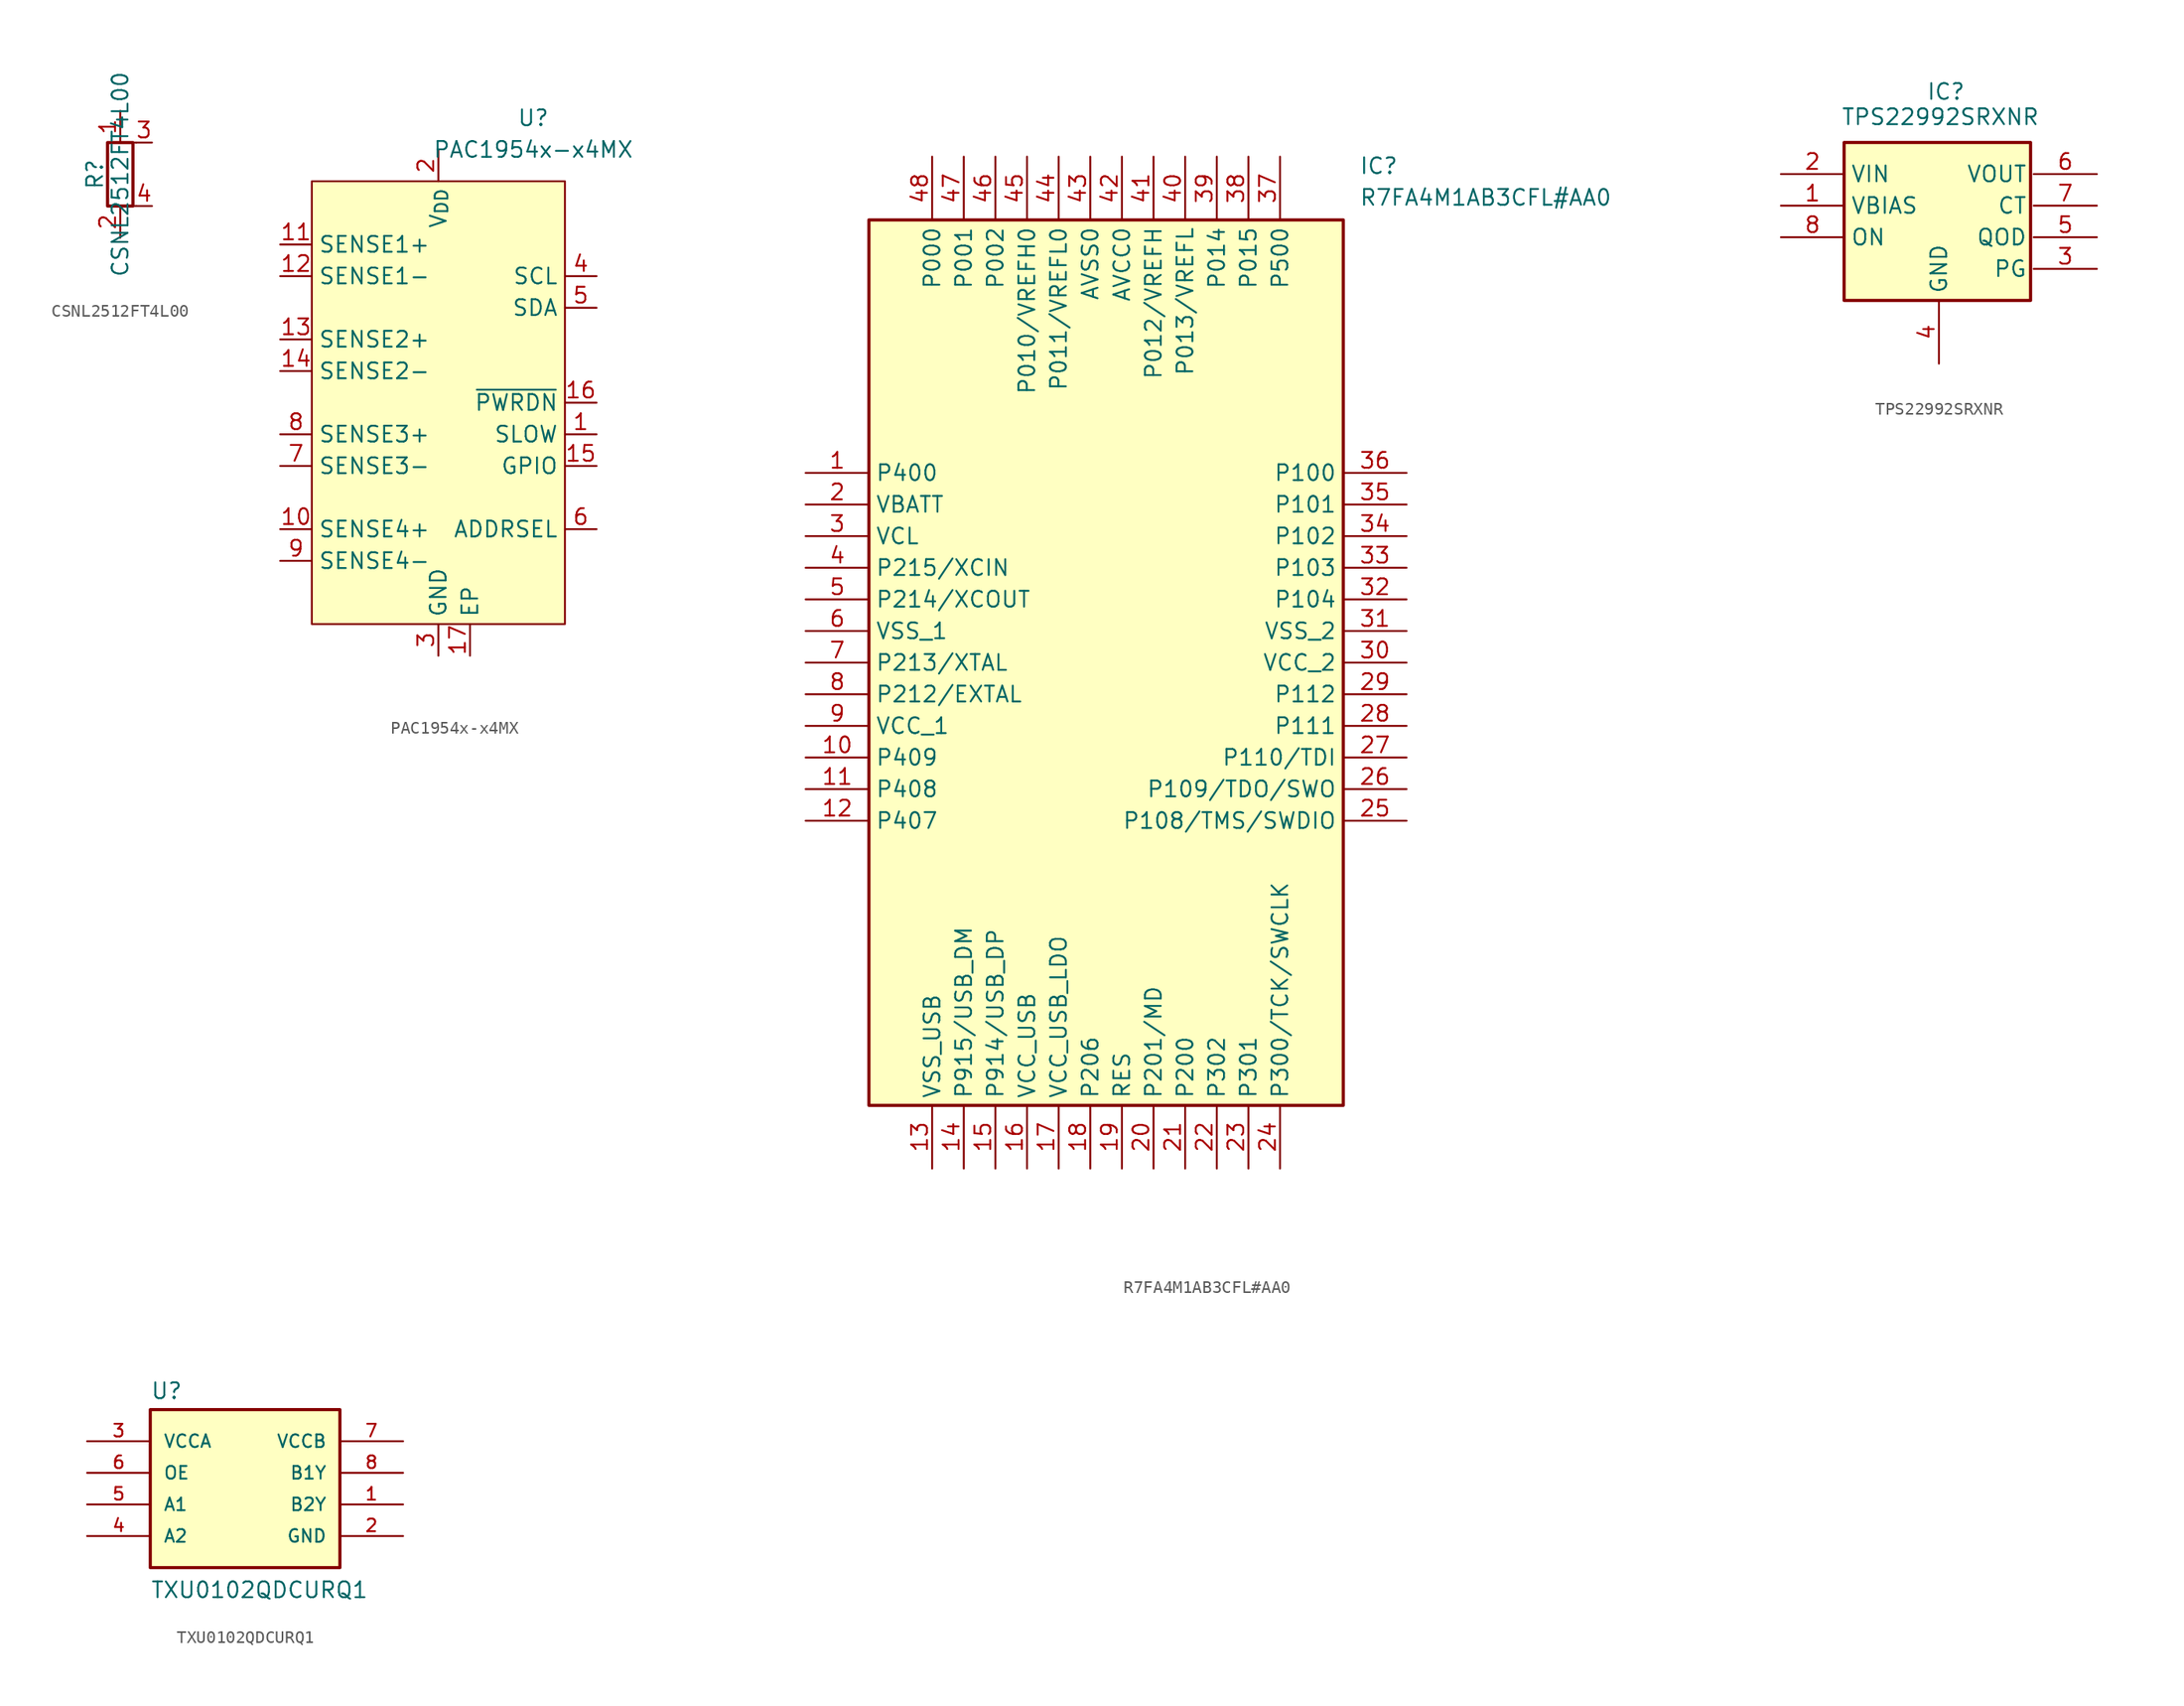
<source format=kicad_sym>
(kicad_symbol_lib
  (version 20241209)
  (generator "kicad_symbol_editor")
  (generator_version "9.0")
  (symbol "CSNL2512FT4L00"
    (pin_names
      (offset 0)
      (hide yes))
    (property "Reference" "R"
      (at -2.032 0 90)
      (effects (font (size 1.27 1.27))))
    (property "Value" "CSNL2512FT4L00"
      (at 0 0 90)
      (effects (font (size 1.27 1.27))))
    (symbol "CSNL2512FT4L00_0_1"
      (rectangle (start -1.016 -2.54) (end 1.016 2.54) (stroke (width 0.254) (type default)) (fill (type none)))
      (polyline (pts (xy 0 -2.54) (xy 1.27 -2.54)) (stroke (width 0) (type default)) (fill (type none)))
      (polyline (pts (xy 1.27 2.54) (xy 0 2.54)) (stroke (width 0) (type default)) (fill (type none))))
    (symbol "CSNL2512FT4L00_1_1"
      (pin passive line (at 0 5.08 270) (length 2.54) (name "~" (effects (font (size 1.27 1.27)))) (number "1" (effects (font (size 1.27 1.27)))))
      (pin passive line (at 0 -5.08 90) (length 2.54) (name "~" (effects (font (size 1.27 1.27)))) (number "2" (effects (font (size 1.27 1.27)))))
      (pin passive line (at 2.54 2.54 180) (length 1.27) (name "~" (effects (font (size 1.27 1.27)))) (number "3" (effects (font (size 1.27 1.27)))))
      (pin passive line (at 2.54 -2.54 180) (length 1.27) (name "~" (effects (font (size 1.27 1.27)))) (number "4" (effects (font (size 1.27 1.27)))))))
  (symbol "PAC1954x-x4MX"
    (property "Reference" "U"
      (at 7.62 22.86 0)
      (effects (font (size 1.27 1.27))))
    (property "Value" "PAC1954x-x4MX"
      (at 7.62 20.32 0)
      (effects (font (size 1.27 1.27))))
    (symbol "PAC1954x-x4MX_0_0"
      (pin input line (at -12.7 12.7 0) (length 2.54) (name "SENSE1+" (effects (font (size 1.27 1.27)))) (number "11" (effects (font (size 1.27 1.27)))))
      (pin input line (at -12.7 10.16 0) (length 2.54) (name "SENSE1-" (effects (font (size 1.27 1.27)))) (number "12" (effects (font (size 1.27 1.27)))))
      (pin input line (at -12.7 5.08 0) (length 2.54) (name "SENSE2+" (effects (font (size 1.27 1.27)))) (number "13" (effects (font (size 1.27 1.27)))))
      (pin input line (at -12.7 2.54 0) (length 2.54) (name "SENSE2-" (effects (font (size 1.27 1.27)))) (number "14" (effects (font (size 1.27 1.27)))))
      (pin input line (at -12.7 -2.54 0) (length 2.54) (name "SENSE3+" (effects (font (size 1.27 1.27)))) (number "8" (effects (font (size 1.27 1.27)))))
      (pin input line (at -12.7 -5.08 0) (length 2.54) (name "SENSE3-" (effects (font (size 1.27 1.27)))) (number "7" (effects (font (size 1.27 1.27)))))
      (pin input line (at -12.7 -10.16 0) (length 2.54) (name "SENSE4+" (effects (font (size 1.27 1.27)))) (number "10" (effects (font (size 1.27 1.27)))))
      (pin input line (at -12.7 -12.7 0) (length 2.54) (name "SENSE4-" (effects (font (size 1.27 1.27)))) (number "9" (effects (font (size 1.27 1.27)))))
      (pin power_in line (at 0 20.32 270) (length 2.54) (name "V_{DD}" (effects (font (size 1.27 1.27)))) (number "2" (effects (font (size 1.27 1.27)))))
      (pin power_in line (at 0 -20.32 90) (length 2.54) (name "GND" (effects (font (size 1.27 1.27)))) (number "3" (effects (font (size 1.27 1.27)))))
      (pin passive line (at 2.54 -20.32 90) (length 2.54) (name "EP" (effects (font (size 1.27 1.27)))) (number "17" (effects (font (size 1.27 1.27)))))
      (pin input line (at 12.7 10.16 180) (length 2.54) (name "SCL" (effects (font (size 1.27 1.27)))) (number "4" (effects (font (size 1.27 1.27)))) (alternate "SM_CLK" input line))
      (pin bidirectional line (at 12.7 7.62 180) (length 2.54) (name "SDA" (effects (font (size 1.27 1.27)))) (number "5" (effects (font (size 1.27 1.27)))) (alternate "SM_DATA" bidirectional line))
      (pin input line (at 12.7 0 180) (length 2.54) (name "~{PWRDN}" (effects (font (size 1.27 1.27)))) (number "16" (effects (font (size 1.27 1.27)))))
      (pin input line (at 12.7 -2.54 180) (length 2.54) (name "SLOW" (effects (font (size 1.27 1.27)))) (number "1" (effects (font (size 1.27 1.27)))) (alternate "GPIO" bidirectional line) (alternate "~{ALERT1}" open_collector line))
      (pin bidirectional line (at 12.7 -5.08 180) (length 2.54) (name "GPIO" (effects (font (size 1.27 1.27)))) (number "15" (effects (font (size 1.27 1.27)))) (alternate "~{ALERT2}" open_collector line))
      (pin passive line (at 12.7 -10.16 180) (length 2.54) (name "ADDRSEL" (effects (font (size 1.27 1.27)))) (number "6" (effects (font (size 1.27 1.27))))))
    (symbol "PAC1954x-x4MX_0_1"
      (rectangle (start -10.16 17.78) (end 10.16 -17.78) (stroke (width 0) (type default)) (fill (type background)))))
  (symbol "R7FA4M1AB3CFL#AA0"
    (property "Reference" "IC"
      (at 44.45 25.4 0)
      (effects (font (size 1.27 1.27)) (justify left top)))
    (property "Value" "R7FA4M1AB3CFL#AA0"
      (at 44.45 22.86 0)
      (effects (font (size 1.27 1.27)) (justify left top)))
    (symbol "R7FA4M1AB3CFL#AA0_1_1"
      (rectangle (start 5.08 20.32) (end 43.18 -50.8) (stroke (width 0.254) (type default)) (fill (type background)))
      (pin passive line (at 0 0 0) (length 5.08) (name "P400" (effects (font (size 1.27 1.27)))) (number "1" (effects (font (size 1.27 1.27)))))
      (pin passive line (at 0 -2.54 0) (length 5.08) (name "VBATT" (effects (font (size 1.27 1.27)))) (number "2" (effects (font (size 1.27 1.27)))))
      (pin passive line (at 0 -5.08 0) (length 5.08) (name "VCL" (effects (font (size 1.27 1.27)))) (number "3" (effects (font (size 1.27 1.27)))))
      (pin passive line (at 0 -7.62 0) (length 5.08) (name "P215/XCIN" (effects (font (size 1.27 1.27)))) (number "4" (effects (font (size 1.27 1.27)))))
      (pin passive line (at 0 -10.16 0) (length 5.08) (name "P214/XCOUT" (effects (font (size 1.27 1.27)))) (number "5" (effects (font (size 1.27 1.27)))))
      (pin passive line (at 0 -12.7 0) (length 5.08) (name "VSS_1" (effects (font (size 1.27 1.27)))) (number "6" (effects (font (size 1.27 1.27)))))
      (pin passive line (at 0 -15.24 0) (length 5.08) (name "P213/XTAL" (effects (font (size 1.27 1.27)))) (number "7" (effects (font (size 1.27 1.27)))))
      (pin passive line (at 0 -17.78 0) (length 5.08) (name "P212/EXTAL" (effects (font (size 1.27 1.27)))) (number "8" (effects (font (size 1.27 1.27)))))
      (pin passive line (at 0 -20.32 0) (length 5.08) (name "VCC_1" (effects (font (size 1.27 1.27)))) (number "9" (effects (font (size 1.27 1.27)))))
      (pin passive line (at 0 -22.86 0) (length 5.08) (name "P409" (effects (font (size 1.27 1.27)))) (number "10" (effects (font (size 1.27 1.27)))))
      (pin passive line (at 0 -25.4 0) (length 5.08) (name "P408" (effects (font (size 1.27 1.27)))) (number "11" (effects (font (size 1.27 1.27)))))
      (pin passive line (at 0 -27.94 0) (length 5.08) (name "P407" (effects (font (size 1.27 1.27)))) (number "12" (effects (font (size 1.27 1.27)))))
      (pin passive line (at 10.16 25.4 270) (length 5.08) (name "P000" (effects (font (size 1.27 1.27)))) (number "48" (effects (font (size 1.27 1.27)))))
      (pin passive line (at 10.16 -55.88 90) (length 5.08) (name "VSS_USB" (effects (font (size 1.27 1.27)))) (number "13" (effects (font (size 1.27 1.27)))))
      (pin passive line (at 12.7 25.4 270) (length 5.08) (name "P001" (effects (font (size 1.27 1.27)))) (number "47" (effects (font (size 1.27 1.27)))))
      (pin passive line (at 12.7 -55.88 90) (length 5.08) (name "P915/USB_DM" (effects (font (size 1.27 1.27)))) (number "14" (effects (font (size 1.27 1.27)))))
      (pin passive line (at 15.24 25.4 270) (length 5.08) (name "P002" (effects (font (size 1.27 1.27)))) (number "46" (effects (font (size 1.27 1.27)))))
      (pin passive line (at 15.24 -55.88 90) (length 5.08) (name "P914/USB_DP" (effects (font (size 1.27 1.27)))) (number "15" (effects (font (size 1.27 1.27)))))
      (pin passive line (at 17.78 25.4 270) (length 5.08) (name "P010/VREFH0" (effects (font (size 1.27 1.27)))) (number "45" (effects (font (size 1.27 1.27)))))
      (pin passive line (at 17.78 -55.88 90) (length 5.08) (name "VCC_USB" (effects (font (size 1.27 1.27)))) (number "16" (effects (font (size 1.27 1.27)))))
      (pin passive line (at 20.32 25.4 270) (length 5.08) (name "P011/VREFL0" (effects (font (size 1.27 1.27)))) (number "44" (effects (font (size 1.27 1.27)))))
      (pin passive line (at 20.32 -55.88 90) (length 5.08) (name "VCC_USB_LDO" (effects (font (size 1.27 1.27)))) (number "17" (effects (font (size 1.27 1.27)))))
      (pin passive line (at 22.86 25.4 270) (length 5.08) (name "AVSS0" (effects (font (size 1.27 1.27)))) (number "43" (effects (font (size 1.27 1.27)))))
      (pin passive line (at 22.86 -55.88 90) (length 5.08) (name "P206" (effects (font (size 1.27 1.27)))) (number "18" (effects (font (size 1.27 1.27)))))
      (pin passive line (at 25.4 25.4 270) (length 5.08) (name "AVCC0" (effects (font (size 1.27 1.27)))) (number "42" (effects (font (size 1.27 1.27)))))
      (pin passive line (at 25.4 -55.88 90) (length 5.08) (name "RES" (effects (font (size 1.27 1.27)))) (number "19" (effects (font (size 1.27 1.27)))))
      (pin passive line (at 27.94 25.4 270) (length 5.08) (name "P012/VREFH" (effects (font (size 1.27 1.27)))) (number "41" (effects (font (size 1.27 1.27)))))
      (pin passive line (at 27.94 -55.88 90) (length 5.08) (name "P201/MD" (effects (font (size 1.27 1.27)))) (number "20" (effects (font (size 1.27 1.27)))))
      (pin passive line (at 30.48 25.4 270) (length 5.08) (name "P013/VREFL" (effects (font (size 1.27 1.27)))) (number "40" (effects (font (size 1.27 1.27)))))
      (pin passive line (at 30.48 -55.88 90) (length 5.08) (name "P200" (effects (font (size 1.27 1.27)))) (number "21" (effects (font (size 1.27 1.27)))))
      (pin passive line (at 33.02 25.4 270) (length 5.08) (name "P014" (effects (font (size 1.27 1.27)))) (number "39" (effects (font (size 1.27 1.27)))))
      (pin passive line (at 33.02 -55.88 90) (length 5.08) (name "P302" (effects (font (size 1.27 1.27)))) (number "22" (effects (font (size 1.27 1.27)))))
      (pin passive line (at 35.56 25.4 270) (length 5.08) (name "P015" (effects (font (size 1.27 1.27)))) (number "38" (effects (font (size 1.27 1.27)))))
      (pin passive line (at 35.56 -55.88 90) (length 5.08) (name "P301" (effects (font (size 1.27 1.27)))) (number "23" (effects (font (size 1.27 1.27)))))
      (pin passive line (at 38.1 25.4 270) (length 5.08) (name "P500" (effects (font (size 1.27 1.27)))) (number "37" (effects (font (size 1.27 1.27)))))
      (pin passive line (at 38.1 -55.88 90) (length 5.08) (name "P300/TCK/SWCLK" (effects (font (size 1.27 1.27)))) (number "24" (effects (font (size 1.27 1.27)))))
      (pin passive line (at 48.26 0 180) (length 5.08) (name "P100" (effects (font (size 1.27 1.27)))) (number "36" (effects (font (size 1.27 1.27)))))
      (pin passive line (at 48.26 -2.54 180) (length 5.08) (name "P101" (effects (font (size 1.27 1.27)))) (number "35" (effects (font (size 1.27 1.27)))))
      (pin passive line (at 48.26 -5.08 180) (length 5.08) (name "P102" (effects (font (size 1.27 1.27)))) (number "34" (effects (font (size 1.27 1.27)))))
      (pin passive line (at 48.26 -7.62 180) (length 5.08) (name "P103" (effects (font (size 1.27 1.27)))) (number "33" (effects (font (size 1.27 1.27)))))
      (pin passive line (at 48.26 -10.16 180) (length 5.08) (name "P104" (effects (font (size 1.27 1.27)))) (number "32" (effects (font (size 1.27 1.27)))))
      (pin passive line (at 48.26 -12.7 180) (length 5.08) (name "VSS_2" (effects (font (size 1.27 1.27)))) (number "31" (effects (font (size 1.27 1.27)))))
      (pin passive line (at 48.26 -15.24 180) (length 5.08) (name "VCC_2" (effects (font (size 1.27 1.27)))) (number "30" (effects (font (size 1.27 1.27)))))
      (pin passive line (at 48.26 -17.78 180) (length 5.08) (name "P112" (effects (font (size 1.27 1.27)))) (number "29" (effects (font (size 1.27 1.27)))))
      (pin passive line (at 48.26 -20.32 180) (length 5.08) (name "P111" (effects (font (size 1.27 1.27)))) (number "28" (effects (font (size 1.27 1.27)))))
      (pin passive line (at 48.26 -22.86 180) (length 5.08) (name "P110/TDI" (effects (font (size 1.27 1.27)))) (number "27" (effects (font (size 1.27 1.27)))))
      (pin passive line (at 48.26 -25.4 180) (length 5.08) (name "P109/TDO/SWO" (effects (font (size 1.27 1.27)))) (number "26" (effects (font (size 1.27 1.27)))))
      (pin passive line (at 48.26 -27.94 180) (length 5.08) (name "P108/TMS/SWDIO" (effects (font (size 1.27 1.27)))) (number "25" (effects (font (size 1.27 1.27)))))))
  (symbol "TPS22992SRXNR"
    (property "Reference" "IC"
      (at 11.684 17.526 0)
      (effects (font (size 1.27 1.27)) (justify left top)))
    (property "Value" "TPS22992SRXNR"
      (at 4.826 15.494 0)
      (effects (font (size 1.27 1.27)) (justify left top)))
    (symbol "TPS22992SRXNR_1_1"
      (rectangle (start 5.08 12.7) (end 20.066 0) (stroke (width 0.254) (type default)) (fill (type background)))
      (pin passive line (at 0 10.16 0) (length 5.08) (name "VIN" (effects (font (size 1.27 1.27)))) (number "2" (effects (font (size 1.27 1.27)))))
      (pin passive line (at 0 7.62 0) (length 5.08) (name "VBIAS" (effects (font (size 1.27 1.27)))) (number "1" (effects (font (size 1.27 1.27)))))
      (pin passive line (at 0 5.08 0) (length 5.08) (name "ON" (effects (font (size 1.27 1.27)))) (number "8" (effects (font (size 1.27 1.27)))))
      (pin passive line (at 12.7 -5.08 90) (length 5.08) (name "GND" (effects (font (size 1.27 1.27)))) (number "4" (effects (font (size 1.27 1.27)))))
      (pin passive line (at 25.4 10.16 180) (length 5.08) (name "VOUT" (effects (font (size 1.27 1.27)))) (number "6" (effects (font (size 1.27 1.27)))))
      (pin passive line (at 25.4 7.62 180) (length 5.08) (name "CT" (effects (font (size 1.27 1.27)))) (number "7" (effects (font (size 1.27 1.27)))))
      (pin passive line (at 25.4 5.08 180) (length 5.08) (name "QOD" (effects (font (size 1.27 1.27)))) (number "5" (effects (font (size 1.27 1.27)))))
      (pin passive line (at 25.4 2.54 180) (length 5.08) (name "PG" (effects (font (size 1.27 1.27)))) (number "3" (effects (font (size 1.27 1.27)))))))
  (symbol "TXU0102QDCURQ1"
    (pin_names
      (offset 1.016))
    (property "Reference" "U"
      (at -7.62 13.462 0)
      (effects (font (size 1.27 1.27)) (justify left bottom)))
    (property "Value" "TXU0102QDCURQ1"
      (at -7.62 -2.54 0)
      (effects (font (size 1.27 1.27)) (justify left bottom)))
    (symbol "TXU0102QDCURQ1_0_0"
      (rectangle (start -7.62 12.7) (end 7.62 0) (stroke (width 0.254) (type default)) (fill (type background)))
      (pin power_in line (at -12.7 10.16 0) (length 5.08) (name "VCCA" (effects (font (size 1.016 1.016)))) (number "3" (effects (font (size 1.016 1.016)))))
      (pin input line (at -12.7 7.62 0) (length 5.08) (name "OE" (effects (font (size 1.016 1.016)))) (number "6" (effects (font (size 1.016 1.016)))))
      (pin input line (at -12.7 5.08 0) (length 5.08) (name "A1" (effects (font (size 1.016 1.016)))) (number "5" (effects (font (size 1.016 1.016)))))
      (pin input line (at -12.7 2.54 0) (length 5.08) (name "A2" (effects (font (size 1.016 1.016)))) (number "4" (effects (font (size 1.016 1.016)))))
      (pin power_in line (at 12.7 10.16 180) (length 5.08) (name "VCCB" (effects (font (size 1.016 1.016)))) (number "7" (effects (font (size 1.016 1.016)))))
      (pin output line (at 12.7 7.62 180) (length 5.08) (name "B1Y" (effects (font (size 1.016 1.016)))) (number "8" (effects (font (size 1.016 1.016)))))
      (pin output line (at 12.7 5.08 180) (length 5.08) (name "B2Y" (effects (font (size 1.016 1.016)))) (number "1" (effects (font (size 1.016 1.016)))))
      (pin power_in line (at 12.7 2.54 180) (length 5.08) (name "GND" (effects (font (size 1.016 1.016)))) (number "2" (effects (font (size 1.016 1.016))))))))
</source>
